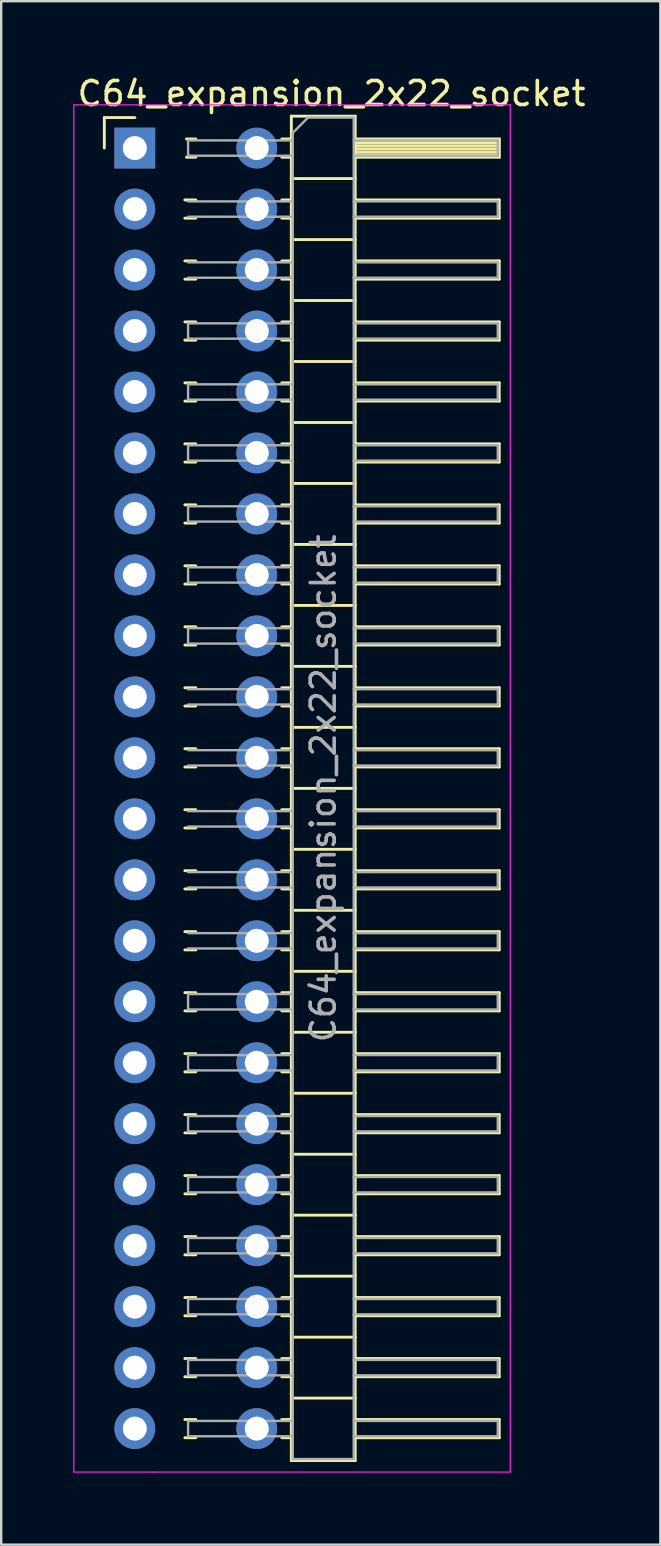
<source format=kicad_pcb>
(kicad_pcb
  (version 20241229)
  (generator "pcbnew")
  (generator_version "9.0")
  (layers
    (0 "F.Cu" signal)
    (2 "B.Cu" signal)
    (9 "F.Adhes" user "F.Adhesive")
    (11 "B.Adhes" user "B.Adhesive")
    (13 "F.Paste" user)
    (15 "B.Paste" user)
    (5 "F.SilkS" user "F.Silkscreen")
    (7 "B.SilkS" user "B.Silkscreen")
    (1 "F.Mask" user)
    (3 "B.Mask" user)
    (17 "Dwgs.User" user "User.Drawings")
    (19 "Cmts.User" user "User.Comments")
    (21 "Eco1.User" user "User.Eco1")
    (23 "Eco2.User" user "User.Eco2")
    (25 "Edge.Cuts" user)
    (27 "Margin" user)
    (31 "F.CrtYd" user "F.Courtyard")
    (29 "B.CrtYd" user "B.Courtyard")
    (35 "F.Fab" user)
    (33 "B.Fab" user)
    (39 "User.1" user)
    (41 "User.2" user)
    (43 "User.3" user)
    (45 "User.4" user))
  (footprint "C64_expansion_2x22_socket"
    (layer "F.Cu")
    (at 5.105 3.118)
    (property "Reference" "C64_expansion_2x22_socket" (at 5.655 -2.27 0) (layer "F.SilkS") (effects (font (size 1 1) (thickness 0.15))))
    (attr through_hole)
    (fp_line (start -3.81 -1.27) (end -2.54 -1.27) (stroke (width 0.12) (type solid)) (layer "F.SilkS"))
    (fp_line (start -3.81 0) (end -3.81 -1.27) (stroke (width 0.12) (type solid)) (layer "F.SilkS"))
    (fp_line (start -0.454 2.16) (end 0 2.16) (stroke (width 0.12) (type solid)) (layer "F.SilkS"))
    (fp_line (start -0.454 2.92) (end 0 2.92) (stroke (width 0.12) (type solid)) (layer "F.SilkS"))
    (fp_line (start -0.454 4.7) (end 0 4.7) (stroke (width 0.12) (type solid)) (layer "F.SilkS"))
    (fp_line (start -0.454 5.46) (end 0 5.46) (stroke (width 0.12) (type solid)) (layer "F.SilkS"))
    (fp_line (start -0.454 7.24) (end 0 7.24) (stroke (width 0.12) (type solid)) (layer "F.SilkS"))
    (fp_line (start -0.454 8) (end 0 8) (stroke (width 0.12) (type solid)) (layer "F.SilkS"))
    (fp_line (start -0.454 9.78) (end 0 9.78) (stroke (width 0.12) (type solid)) (layer "F.SilkS"))
    (fp_line (start -0.454 10.54) (end 0 10.54) (stroke (width 0.12) (type solid)) (layer "F.SilkS"))
    (fp_line (start -0.454 12.32) (end 0 12.32) (stroke (width 0.12) (type solid)) (layer "F.SilkS"))
    (fp_line (start -0.454 13.08) (end 0 13.08) (stroke (width 0.12) (type solid)) (layer "F.SilkS"))
    (fp_line (start -0.454 14.86) (end 0 14.86) (stroke (width 0.12) (type solid)) (layer "F.SilkS"))
    (fp_line (start -0.454 15.62) (end 0 15.62) (stroke (width 0.12) (type solid)) (layer "F.SilkS"))
    (fp_line (start -0.454 17.4) (end 0 17.4) (stroke (width 0.12) (type solid)) (layer "F.SilkS"))
    (fp_line (start -0.454 18.16) (end 0 18.16) (stroke (width 0.12) (type solid)) (layer "F.SilkS"))
    (fp_line (start -0.454 19.94) (end 0 19.94) (stroke (width 0.12) (type solid)) (layer "F.SilkS"))
    (fp_line (start -0.454 20.7) (end 0 20.7) (stroke (width 0.12) (type solid)) (layer "F.SilkS"))
    (fp_line (start -0.454 22.48) (end 0 22.48) (stroke (width 0.12) (type solid)) (layer "F.SilkS"))
    (fp_line (start -0.454 23.24) (end 0 23.24) (stroke (width 0.12) (type solid)) (layer "F.SilkS"))
    (fp_line (start -0.454 25.02) (end 0 25.02) (stroke (width 0.12) (type solid)) (layer "F.SilkS"))
    (fp_line (start -0.454 25.78) (end 0 25.78) (stroke (width 0.12) (type solid)) (layer "F.SilkS"))
    (fp_line (start -0.454 27.56) (end 0 27.56) (stroke (width 0.12) (type solid)) (layer "F.SilkS"))
    (fp_line (start -0.454 28.32) (end 0 28.32) (stroke (width 0.12) (type solid)) (layer "F.SilkS"))
    (fp_line (start -0.454 30.1) (end 0 30.1) (stroke (width 0.12) (type solid)) (layer "F.SilkS"))
    (fp_line (start -0.454 30.86) (end 0 30.86) (stroke (width 0.12) (type solid)) (layer "F.SilkS"))
    (fp_line (start -0.454 32.64) (end 0 32.64) (stroke (width 0.12) (type solid)) (layer "F.SilkS"))
    (fp_line (start -0.454 33.4) (end 0 33.4) (stroke (width 0.12) (type solid)) (layer "F.SilkS"))
    (fp_line (start -0.454 35.18) (end 0 35.18) (stroke (width 0.12) (type solid)) (layer "F.SilkS"))
    (fp_line (start -0.454 35.94) (end 0 35.94) (stroke (width 0.12) (type solid)) (layer "F.SilkS"))
    (fp_line (start -0.454 37.72) (end 0 37.72) (stroke (width 0.12) (type solid)) (layer "F.SilkS"))
    (fp_line (start -0.454 38.48) (end 0 38.48) (stroke (width 0.12) (type solid)) (layer "F.SilkS"))
    (fp_line (start -0.454 40.26) (end 0 40.26) (stroke (width 0.12) (type solid)) (layer "F.SilkS"))
    (fp_line (start -0.454 41.02) (end 0 41.02) (stroke (width 0.12) (type solid)) (layer "F.SilkS"))
    (fp_line (start -0.454 42.8) (end 0 42.8) (stroke (width 0.12) (type solid)) (layer "F.SilkS"))
    (fp_line (start -0.454 43.56) (end 0 43.56) (stroke (width 0.12) (type solid)) (layer "F.SilkS"))
    (fp_line (start -0.454 45.34) (end 0 45.34) (stroke (width 0.12) (type solid)) (layer "F.SilkS"))
    (fp_line (start -0.454 46.1) (end 0 46.1) (stroke (width 0.12) (type solid)) (layer "F.SilkS"))
    (fp_line (start -0.454 47.88) (end 0 47.88) (stroke (width 0.12) (type solid)) (layer "F.SilkS"))
    (fp_line (start -0.454 48.64) (end 0 48.64) (stroke (width 0.12) (type solid)) (layer "F.SilkS"))
    (fp_line (start -0.454 50.42) (end 0 50.42) (stroke (width 0.12) (type solid)) (layer "F.SilkS"))
    (fp_line (start -0.454 51.18) (end 0 51.18) (stroke (width 0.12) (type solid)) (layer "F.SilkS"))
    (fp_line (start -0.454 52.96) (end 0 52.96) (stroke (width 0.12) (type solid)) (layer "F.SilkS"))
    (fp_line (start -0.454 53.72) (end 0 53.72) (stroke (width 0.12) (type solid)) (layer "F.SilkS"))
    (fp_line (start -0.387 -0.38) (end 0 -0.38) (stroke (width 0.12) (type solid)) (layer "F.SilkS"))
    (fp_line (start -0.387 0.38) (end 0 0.38) (stroke (width 0.12) (type solid)) (layer "F.SilkS"))
    (fp_line (start 3.583 -0.38) (end 3.98 -0.38) (stroke (width 0.12) (type solid)) (layer "F.SilkS"))
    (fp_line (start 3.583 0.38) (end 3.98 0.38) (stroke (width 0.12) (type solid)) (layer "F.SilkS"))
    (fp_line (start 3.583 2.16) (end 3.98 2.16) (stroke (width 0.12) (type solid)) (layer "F.SilkS"))
    (fp_line (start 3.583 2.92) (end 3.98 2.92) (stroke (width 0.12) (type solid)) (layer "F.SilkS"))
    (fp_line (start 3.583 4.7) (end 3.98 4.7) (stroke (width 0.12) (type solid)) (layer "F.SilkS"))
    (fp_line (start 3.583 5.46) (end 3.98 5.46) (stroke (width 0.12) (type solid)) (layer "F.SilkS"))
    (fp_line (start 3.583 7.24) (end 3.98 7.24) (stroke (width 0.12) (type solid)) (layer "F.SilkS"))
    (fp_line (start 3.583 8) (end 3.98 8) (stroke (width 0.12) (type solid)) (layer "F.SilkS"))
    (fp_line (start 3.583 9.78) (end 3.98 9.78) (stroke (width 0.12) (type solid)) (layer "F.SilkS"))
    (fp_line (start 3.583 10.54) (end 3.98 10.54) (stroke (width 0.12) (type solid)) (layer "F.SilkS"))
    (fp_line (start 3.583 12.32) (end 3.98 12.32) (stroke (width 0.12) (type solid)) (layer "F.SilkS"))
    (fp_line (start 3.583 13.08) (end 3.98 13.08) (stroke (width 0.12) (type solid)) (layer "F.SilkS"))
    (fp_line (start 3.583 14.86) (end 3.98 14.86) (stroke (width 0.12) (type solid)) (layer "F.SilkS"))
    (fp_line (start 3.583 15.62) (end 3.98 15.62) (stroke (width 0.12) (type solid)) (layer "F.SilkS"))
    (fp_line (start 3.583 17.4) (end 3.98 17.4) (stroke (width 0.12) (type solid)) (layer "F.SilkS"))
    (fp_line (start 3.583 18.16) (end 3.98 18.16) (stroke (width 0.12) (type solid)) (layer "F.SilkS"))
    (fp_line (start 3.583 19.94) (end 3.98 19.94) (stroke (width 0.12) (type solid)) (layer "F.SilkS"))
    (fp_line (start 3.583 20.7) (end 3.98 20.7) (stroke (width 0.12) (type solid)) (layer "F.SilkS"))
    (fp_line (start 3.583 22.48) (end 3.98 22.48) (stroke (width 0.12) (type solid)) (layer "F.SilkS"))
    (fp_line (start 3.583 23.24) (end 3.98 23.24) (stroke (width 0.12) (type solid)) (layer "F.SilkS"))
    (fp_line (start 3.583 25.02) (end 3.98 25.02) (stroke (width 0.12) (type solid)) (layer "F.SilkS"))
    (fp_line (start 3.583 25.78) (end 3.98 25.78) (stroke (width 0.12) (type solid)) (layer "F.SilkS"))
    (fp_line (start 3.583 27.56) (end 3.98 27.56) (stroke (width 0.12) (type solid)) (layer "F.SilkS"))
    (fp_line (start 3.583 28.32) (end 3.98 28.32) (stroke (width 0.12) (type solid)) (layer "F.SilkS"))
    (fp_line (start 3.583 30.1) (end 3.98 30.1) (stroke (width 0.12) (type solid)) (layer "F.SilkS"))
    (fp_line (start 3.583 30.86) (end 3.98 30.86) (stroke (width 0.12) (type solid)) (layer "F.SilkS"))
    (fp_line (start 3.583 32.64) (end 3.98 32.64) (stroke (width 0.12) (type solid)) (layer "F.SilkS"))
    (fp_line (start 3.583 33.4) (end 3.98 33.4) (stroke (width 0.12) (type solid)) (layer "F.SilkS"))
    (fp_line (start 3.583 35.18) (end 3.98 35.18) (stroke (width 0.12) (type solid)) (layer "F.SilkS"))
    (fp_line (start 3.583 35.94) (end 3.98 35.94) (stroke (width 0.12) (type solid)) (layer "F.SilkS"))
    (fp_line (start 3.583 37.72) (end 3.98 37.72) (stroke (width 0.12) (type solid)) (layer "F.SilkS"))
    (fp_line (start 3.583 38.48) (end 3.98 38.48) (stroke (width 0.12) (type solid)) (layer "F.SilkS"))
    (fp_line (start 3.583 40.26) (end 3.98 40.26) (stroke (width 0.12) (type solid)) (layer "F.SilkS"))
    (fp_line (start 3.583 41.02) (end 3.98 41.02) (stroke (width 0.12) (type solid)) (layer "F.SilkS"))
    (fp_line (start 3.583 42.8) (end 3.98 42.8) (stroke (width 0.12) (type solid)) (layer "F.SilkS"))
    (fp_line (start 3.583 43.56) (end 3.98 43.56) (stroke (width 0.12) (type solid)) (layer "F.SilkS"))
    (fp_line (start 3.583 45.34) (end 3.98 45.34) (stroke (width 0.12) (type solid)) (layer "F.SilkS"))
    (fp_line (start 3.583 46.1) (end 3.98 46.1) (stroke (width 0.12) (type solid)) (layer "F.SilkS"))
    (fp_line (start 3.583 47.88) (end 3.98 47.88) (stroke (width 0.12) (type solid)) (layer "F.SilkS"))
    (fp_line (start 3.583 48.64) (end 3.98 48.64) (stroke (width 0.12) (type solid)) (layer "F.SilkS"))
    (fp_line (start 3.583 50.42) (end 3.98 50.42) (stroke (width 0.12) (type solid)) (layer "F.SilkS"))
    (fp_line (start 3.583 51.18) (end 3.98 51.18) (stroke (width 0.12) (type solid)) (layer "F.SilkS"))
    (fp_line (start 3.583 52.96) (end 3.98 52.96) (stroke (width 0.12) (type solid)) (layer "F.SilkS"))
    (fp_line (start 3.583 53.72) (end 3.98 53.72) (stroke (width 0.12) (type solid)) (layer "F.SilkS"))
    (fp_line (start 3.98 -1.33) (end 3.98 54.67) (stroke (width 0.12) (type solid)) (layer "F.SilkS"))
    (fp_line (start 3.98 1.27) (end 6.64 1.27) (stroke (width 0.12) (type solid)) (layer "F.SilkS"))
    (fp_line (start 3.98 3.81) (end 6.64 3.81) (stroke (width 0.12) (type solid)) (layer "F.SilkS"))
    (fp_line (start 3.98 6.35) (end 6.64 6.35) (stroke (width 0.12) (type solid)) (layer "F.SilkS"))
    (fp_line (start 3.98 8.89) (end 6.64 8.89) (stroke (width 0.12) (type solid)) (layer "F.SilkS"))
    (fp_line (start 3.98 11.43) (end 6.64 11.43) (stroke (width 0.12) (type solid)) (layer "F.SilkS"))
    (fp_line (start 3.98 13.97) (end 6.64 13.97) (stroke (width 0.12) (type solid)) (layer "F.SilkS"))
    (fp_line (start 3.98 16.51) (end 6.64 16.51) (stroke (width 0.12) (type solid)) (layer "F.SilkS"))
    (fp_line (start 3.98 19.05) (end 6.64 19.05) (stroke (width 0.12) (type solid)) (layer "F.SilkS"))
    (fp_line (start 3.98 21.59) (end 6.64 21.59) (stroke (width 0.12) (type solid)) (layer "F.SilkS"))
    (fp_line (start 3.98 24.13) (end 6.64 24.13) (stroke (width 0.12) (type solid)) (layer "F.SilkS"))
    (fp_line (start 3.98 26.67) (end 6.64 26.67) (stroke (width 0.12) (type solid)) (layer "F.SilkS"))
    (fp_line (start 3.98 29.21) (end 6.64 29.21) (stroke (width 0.12) (type solid)) (layer "F.SilkS"))
    (fp_line (start 3.98 31.75) (end 6.64 31.75) (stroke (width 0.12) (type solid)) (layer "F.SilkS"))
    (fp_line (start 3.98 34.29) (end 6.64 34.29) (stroke (width 0.12) (type solid)) (layer "F.SilkS"))
    (fp_line (start 3.98 36.83) (end 6.64 36.83) (stroke (width 0.12) (type solid)) (layer "F.SilkS"))
    (fp_line (start 3.98 39.37) (end 6.64 39.37) (stroke (width 0.12) (type solid)) (layer "F.SilkS"))
    (fp_line (start 3.98 41.91) (end 6.64 41.91) (stroke (width 0.12) (type solid)) (layer "F.SilkS"))
    (fp_line (start 3.98 44.45) (end 6.64 44.45) (stroke (width 0.12) (type solid)) (layer "F.SilkS"))
    (fp_line (start 3.98 46.99) (end 6.64 46.99) (stroke (width 0.12) (type solid)) (layer "F.SilkS"))
    (fp_line (start 3.98 49.53) (end 6.64 49.53) (stroke (width 0.12) (type solid)) (layer "F.SilkS"))
    (fp_line (start 3.98 52.07) (end 6.64 52.07) (stroke (width 0.12) (type solid)) (layer "F.SilkS"))
    (fp_line (start 3.98 54.67) (end 6.64 54.67) (stroke (width 0.12) (type solid)) (layer "F.SilkS"))
    (fp_line (start 6.64 -1.33) (end 3.98 -1.33) (stroke (width 0.12) (type solid)) (layer "F.SilkS"))
    (fp_line (start 6.64 -0.38) (end 12.64 -0.38) (stroke (width 0.12) (type solid)) (layer "F.SilkS"))
    (fp_line (start 6.64 -0.32) (end 12.64 -0.32) (stroke (width 0.12) (type solid)) (layer "F.SilkS"))
    (fp_line (start 6.64 -0.2) (end 12.64 -0.2) (stroke (width 0.12) (type solid)) (layer "F.SilkS"))
    (fp_line (start 6.64 -0.08) (end 12.64 -0.08) (stroke (width 0.12) (type solid)) (layer "F.SilkS"))
    (fp_line (start 6.64 0.04) (end 12.64 0.04) (stroke (width 0.12) (type solid)) (layer "F.SilkS"))
    (fp_line (start 6.64 0.16) (end 12.64 0.16) (stroke (width 0.12) (type solid)) (layer "F.SilkS"))
    (fp_line (start 6.64 0.28) (end 12.64 0.28) (stroke (width 0.12) (type solid)) (layer "F.SilkS"))
    (fp_line (start 6.64 2.16) (end 12.64 2.16) (stroke (width 0.12) (type solid)) (layer "F.SilkS"))
    (fp_line (start 6.64 4.7) (end 12.64 4.7) (stroke (width 0.12) (type solid)) (layer "F.SilkS"))
    (fp_line (start 6.64 7.24) (end 12.64 7.24) (stroke (width 0.12) (type solid)) (layer "F.SilkS"))
    (fp_line (start 6.64 9.78) (end 12.64 9.78) (stroke (width 0.12) (type solid)) (layer "F.SilkS"))
    (fp_line (start 6.64 12.32) (end 12.64 12.32) (stroke (width 0.12) (type solid)) (layer "F.SilkS"))
    (fp_line (start 6.64 14.86) (end 12.64 14.86) (stroke (width 0.12) (type solid)) (layer "F.SilkS"))
    (fp_line (start 6.64 17.4) (end 12.64 17.4) (stroke (width 0.12) (type solid)) (layer "F.SilkS"))
    (fp_line (start 6.64 19.94) (end 12.64 19.94) (stroke (width 0.12) (type solid)) (layer "F.SilkS"))
    (fp_line (start 6.64 22.48) (end 12.64 22.48) (stroke (width 0.12) (type solid)) (layer "F.SilkS"))
    (fp_line (start 6.64 25.02) (end 12.64 25.02) (stroke (width 0.12) (type solid)) (layer "F.SilkS"))
    (fp_line (start 6.64 27.56) (end 12.64 27.56) (stroke (width 0.12) (type solid)) (layer "F.SilkS"))
    (fp_line (start 6.64 30.1) (end 12.64 30.1) (stroke (width 0.12) (type solid)) (layer "F.SilkS"))
    (fp_line (start 6.64 32.64) (end 12.64 32.64) (stroke (width 0.12) (type solid)) (layer "F.SilkS"))
    (fp_line (start 6.64 35.18) (end 12.64 35.18) (stroke (width 0.12) (type solid)) (layer "F.SilkS"))
    (fp_line (start 6.64 37.72) (end 12.64 37.72) (stroke (width 0.12) (type solid)) (layer "F.SilkS"))
    (fp_line (start 6.64 40.26) (end 12.64 40.26) (stroke (width 0.12) (type solid)) (layer "F.SilkS"))
    (fp_line (start 6.64 42.8) (end 12.64 42.8) (stroke (width 0.12) (type solid)) (layer "F.SilkS"))
    (fp_line (start 6.64 45.34) (end 12.64 45.34) (stroke (width 0.12) (type solid)) (layer "F.SilkS"))
    (fp_line (start 6.64 47.88) (end 12.64 47.88) (stroke (width 0.12) (type solid)) (layer "F.SilkS"))
    (fp_line (start 6.64 50.42) (end 12.64 50.42) (stroke (width 0.12) (type solid)) (layer "F.SilkS"))
    (fp_line (start 6.64 52.96) (end 12.64 52.96) (stroke (width 0.12) (type solid)) (layer "F.SilkS"))
    (fp_line (start 6.64 54.67) (end 6.64 -1.33) (stroke (width 0.12) (type solid)) (layer "F.SilkS"))
    (fp_line (start 12.64 -0.38) (end 12.64 0.38) (stroke (width 0.12) (type solid)) (layer "F.SilkS"))
    (fp_line (start 12.64 0.38) (end 6.64 0.38) (stroke (width 0.12) (type solid)) (layer "F.SilkS"))
    (fp_line (start 12.64 2.16) (end 12.64 2.92) (stroke (width 0.12) (type solid)) (layer "F.SilkS"))
    (fp_line (start 12.64 2.92) (end 6.64 2.92) (stroke (width 0.12) (type solid)) (layer "F.SilkS"))
    (fp_line (start 12.64 4.7) (end 12.64 5.46) (stroke (width 0.12) (type solid)) (layer "F.SilkS"))
    (fp_line (start 12.64 5.46) (end 6.64 5.46) (stroke (width 0.12) (type solid)) (layer "F.SilkS"))
    (fp_line (start 12.64 7.24) (end 12.64 8) (stroke (width 0.12) (type solid)) (layer "F.SilkS"))
    (fp_line (start 12.64 8) (end 6.64 8) (stroke (width 0.12) (type solid)) (layer "F.SilkS"))
    (fp_line (start 12.64 9.78) (end 12.64 10.54) (stroke (width 0.12) (type solid)) (layer "F.SilkS"))
    (fp_line (start 12.64 10.54) (end 6.64 10.54) (stroke (width 0.12) (type solid)) (layer "F.SilkS"))
    (fp_line (start 12.64 12.32) (end 12.64 13.08) (stroke (width 0.12) (type solid)) (layer "F.SilkS"))
    (fp_line (start 12.64 13.08) (end 6.64 13.08) (stroke (width 0.12) (type solid)) (layer "F.SilkS"))
    (fp_line (start 12.64 14.86) (end 12.64 15.62) (stroke (width 0.12) (type solid)) (layer "F.SilkS"))
    (fp_line (start 12.64 15.62) (end 6.64 15.62) (stroke (width 0.12) (type solid)) (layer "F.SilkS"))
    (fp_line (start 12.64 17.4) (end 12.64 18.16) (stroke (width 0.12) (type solid)) (layer "F.SilkS"))
    (fp_line (start 12.64 18.16) (end 6.64 18.16) (stroke (width 0.12) (type solid)) (layer "F.SilkS"))
    (fp_line (start 12.64 19.94) (end 12.64 20.7) (stroke (width 0.12) (type solid)) (layer "F.SilkS"))
    (fp_line (start 12.64 20.7) (end 6.64 20.7) (stroke (width 0.12) (type solid)) (layer "F.SilkS"))
    (fp_line (start 12.64 22.48) (end 12.64 23.24) (stroke (width 0.12) (type solid)) (layer "F.SilkS"))
    (fp_line (start 12.64 23.24) (end 6.64 23.24) (stroke (width 0.12) (type solid)) (layer "F.SilkS"))
    (fp_line (start 12.64 25.02) (end 12.64 25.78) (stroke (width 0.12) (type solid)) (layer "F.SilkS"))
    (fp_line (start 12.64 25.78) (end 6.64 25.78) (stroke (width 0.12) (type solid)) (layer "F.SilkS"))
    (fp_line (start 12.64 27.56) (end 12.64 28.32) (stroke (width 0.12) (type solid)) (layer "F.SilkS"))
    (fp_line (start 12.64 28.32) (end 6.64 28.32) (stroke (width 0.12) (type solid)) (layer "F.SilkS"))
    (fp_line (start 12.64 30.1) (end 12.64 30.86) (stroke (width 0.12) (type solid)) (layer "F.SilkS"))
    (fp_line (start 12.64 30.86) (end 6.64 30.86) (stroke (width 0.12) (type solid)) (layer "F.SilkS"))
    (fp_line (start 12.64 32.64) (end 12.64 33.4) (stroke (width 0.12) (type solid)) (layer "F.SilkS"))
    (fp_line (start 12.64 33.4) (end 6.64 33.4) (stroke (width 0.12) (type solid)) (layer "F.SilkS"))
    (fp_line (start 12.64 35.18) (end 12.64 35.94) (stroke (width 0.12) (type solid)) (layer "F.SilkS"))
    (fp_line (start 12.64 35.94) (end 6.64 35.94) (stroke (width 0.12) (type solid)) (layer "F.SilkS"))
    (fp_line (start 12.64 37.72) (end 12.64 38.48) (stroke (width 0.12) (type solid)) (layer "F.SilkS"))
    (fp_line (start 12.64 38.48) (end 6.64 38.48) (stroke (width 0.12) (type solid)) (layer "F.SilkS"))
    (fp_line (start 12.64 40.26) (end 12.64 41.02) (stroke (width 0.12) (type solid)) (layer "F.SilkS"))
    (fp_line (start 12.64 41.02) (end 6.64 41.02) (stroke (width 0.12) (type solid)) (layer "F.SilkS"))
    (fp_line (start 12.64 42.8) (end 12.64 43.56) (stroke (width 0.12) (type solid)) (layer "F.SilkS"))
    (fp_line (start 12.64 43.56) (end 6.64 43.56) (stroke (width 0.12) (type solid)) (layer "F.SilkS"))
    (fp_line (start 12.64 45.34) (end 12.64 46.1) (stroke (width 0.12) (type solid)) (layer "F.SilkS"))
    (fp_line (start 12.64 46.1) (end 6.64 46.1) (stroke (width 0.12) (type solid)) (layer "F.SilkS"))
    (fp_line (start 12.64 47.88) (end 12.64 48.64) (stroke (width 0.12) (type solid)) (layer "F.SilkS"))
    (fp_line (start 12.64 48.64) (end 6.64 48.64) (stroke (width 0.12) (type solid)) (layer "F.SilkS"))
    (fp_line (start 12.64 50.42) (end 12.64 51.18) (stroke (width 0.12) (type solid)) (layer "F.SilkS"))
    (fp_line (start 12.64 51.18) (end 6.64 51.18) (stroke (width 0.12) (type solid)) (layer "F.SilkS"))
    (fp_line (start 12.64 52.96) (end 12.64 53.72) (stroke (width 0.12) (type solid)) (layer "F.SilkS"))
    (fp_line (start 12.64 53.72) (end 6.64 53.72) (stroke (width 0.12) (type solid)) (layer "F.SilkS"))
    (fp_line (start -5.08 -1.8) (end -5.08 55.15) (stroke (width 0.05) (type solid)) (layer "F.CrtYd"))
    (fp_line (start -1.8 -1.8) (end -5.08 -1.8) (stroke (width 0.05) (type solid)) (layer "F.CrtYd"))
    (fp_line (start -1.8 55.15) (end -5.08 55.15) (stroke (width 0.05) (type solid)) (layer "F.CrtYd"))
    (fp_line (start -1.8 55.15) (end 13.1 55.15) (stroke (width 0.05) (type solid)) (layer "F.CrtYd"))
    (fp_line (start 13.1 -1.8) (end -1.8 -1.8) (stroke (width 0.05) (type solid)) (layer "F.CrtYd"))
    (fp_line (start 13.1 55.15) (end 13.1 -1.8) (stroke (width 0.05) (type solid)) (layer "F.CrtYd"))
    (fp_line (start -2.86 2.22) (end -2.86 2.86) (stroke (width 0.1) (type solid)) (layer "F.Fab"))
    (fp_line (start -2.86 4.76) (end -2.86 5.4) (stroke (width 0.1) (type solid)) (layer "F.Fab"))
    (fp_line (start -2.86 22.54) (end -2.86 23.18) (stroke (width 0.1) (type solid)) (layer "F.Fab"))
    (fp_line (start -2.86 25.08) (end -2.86 25.72) (stroke (width 0.1) (type solid)) (layer "F.Fab"))
    (fp_line (start -2.86 27.62) (end -2.86 28.26) (stroke (width 0.1) (type solid)) (layer "F.Fab"))
    (fp_line (start -2.86 30.16) (end -2.86 30.8) (stroke (width 0.1) (type solid)) (layer "F.Fab"))
    (fp_line (start -2.86 32.7) (end -2.86 33.34) (stroke (width 0.1) (type solid)) (layer "F.Fab"))
    (fp_line (start -0.32 -0.32) (end -0.32 0.32) (stroke (width 0.1) (type solid)) (layer "F.Fab"))
    (fp_line (start -0.32 -0.32) (end 4.04 -0.32) (stroke (width 0.1) (type solid)) (layer "F.Fab"))
    (fp_line (start -0.32 0.32) (end 4.04 0.32) (stroke (width 0.1) (type solid)) (layer "F.Fab"))
    (fp_line (start -0.32 2.22) (end 4.04 2.22) (stroke (width 0.1) (type solid)) (layer "F.Fab"))
    (fp_line (start -0.32 2.86) (end 4.04 2.86) (stroke (width 0.1) (type solid)) (layer "F.Fab"))
    (fp_line (start -0.32 4.76) (end 4.04 4.76) (stroke (width 0.1) (type solid)) (layer "F.Fab"))
    (fp_line (start -0.32 5.4) (end 4.04 5.4) (stroke (width 0.1) (type solid)) (layer "F.Fab"))
    (fp_line (start -0.32 7.3) (end -0.32 7.94) (stroke (width 0.1) (type solid)) (layer "F.Fab"))
    (fp_line (start -0.32 7.3) (end 4.04 7.3) (stroke (width 0.1) (type solid)) (layer "F.Fab"))
    (fp_line (start -0.32 7.94) (end 4.04 7.94) (stroke (width 0.1) (type solid)) (layer "F.Fab"))
    (fp_line (start -0.32 9.84) (end -0.32 10.48) (stroke (width 0.1) (type solid)) (layer "F.Fab"))
    (fp_line (start -0.32 9.84) (end 4.04 9.84) (stroke (width 0.1) (type solid)) (layer "F.Fab"))
    (fp_line (start -0.32 10.48) (end 4.04 10.48) (stroke (width 0.1) (type solid)) (layer "F.Fab"))
    (fp_line (start -0.32 12.38) (end -0.32 13.02) (stroke (width 0.1) (type solid)) (layer "F.Fab"))
    (fp_line (start -0.32 12.38) (end 4.04 12.38) (stroke (width 0.1) (type solid)) (layer "F.Fab"))
    (fp_line (start -0.32 13.02) (end 4.04 13.02) (stroke (width 0.1) (type solid)) (layer "F.Fab"))
    (fp_line (start -0.32 14.92) (end -0.32 15.56) (stroke (width 0.1) (type solid)) (layer "F.Fab"))
    (fp_line (start -0.32 14.92) (end 4.04 14.92) (stroke (width 0.1) (type solid)) (layer "F.Fab"))
    (fp_line (start -0.32 15.56) (end 4.04 15.56) (stroke (width 0.1) (type solid)) (layer "F.Fab"))
    (fp_line (start -0.32 17.46) (end -0.32 18.1) (stroke (width 0.1) (type solid)) (layer "F.Fab"))
    (fp_line (start -0.32 17.46) (end 4.04 17.46) (stroke (width 0.1) (type solid)) (layer "F.Fab"))
    (fp_line (start -0.32 18.1) (end 4.04 18.1) (stroke (width 0.1) (type solid)) (layer "F.Fab"))
    (fp_line (start -0.32 20) (end -0.32 20.64) (stroke (width 0.1) (type solid)) (layer "F.Fab"))
    (fp_line (start -0.32 20) (end 4.04 20) (stroke (width 0.1) (type solid)) (layer "F.Fab"))
    (fp_line (start -0.32 20.64) (end 4.04 20.64) (stroke (width 0.1) (type solid)) (layer "F.Fab"))
    (fp_line (start -0.32 22.54) (end 4.04 22.54) (stroke (width 0.1) (type solid)) (layer "F.Fab"))
    (fp_line (start -0.32 23.18) (end 4.04 23.18) (stroke (width 0.1) (type solid)) (layer "F.Fab"))
    (fp_line (start -0.32 25.08) (end 4.04 25.08) (stroke (width 0.1) (type solid)) (layer "F.Fab"))
    (fp_line (start -0.32 25.72) (end 4.04 25.72) (stroke (width 0.1) (type solid)) (layer "F.Fab"))
    (fp_line (start -0.32 27.62) (end 4.04 27.62) (stroke (width 0.1) (type solid)) (layer "F.Fab"))
    (fp_line (start -0.32 28.26) (end 4.04 28.26) (stroke (width 0.1) (type solid)) (layer "F.Fab"))
    (fp_line (start -0.32 30.16) (end 4.04 30.16) (stroke (width 0.1) (type solid)) (layer "F.Fab"))
    (fp_line (start -0.32 30.8) (end 4.04 30.8) (stroke (width 0.1) (type solid)) (layer "F.Fab"))
    (fp_line (start -0.32 32.7) (end 4.04 32.7) (stroke (width 0.1) (type solid)) (layer "F.Fab"))
    (fp_line (start -0.32 33.34) (end 4.04 33.34) (stroke (width 0.1) (type solid)) (layer "F.Fab"))
    (fp_line (start -0.32 35.24) (end -0.32 35.88) (stroke (width 0.1) (type solid)) (layer "F.Fab"))
    (fp_line (start -0.32 35.24) (end 4.04 35.24) (stroke (width 0.1) (type solid)) (layer "F.Fab"))
    (fp_line (start -0.32 35.88) (end 4.04 35.88) (stroke (width 0.1) (type solid)) (layer "F.Fab"))
    (fp_line (start -0.32 37.78) (end -0.32 38.42) (stroke (width 0.1) (type solid)) (layer "F.Fab"))
    (fp_line (start -0.32 37.78) (end 4.04 37.78) (stroke (width 0.1) (type solid)) (layer "F.Fab"))
    (fp_line (start -0.32 38.42) (end 4.04 38.42) (stroke (width 0.1) (type solid)) (layer "F.Fab"))
    (fp_line (start -0.32 40.32) (end -0.32 40.96) (stroke (width 0.1) (type solid)) (layer "F.Fab"))
    (fp_line (start -0.32 40.32) (end 4.04 40.32) (stroke (width 0.1) (type solid)) (layer "F.Fab"))
    (fp_line (start -0.32 40.96) (end 4.04 40.96) (stroke (width 0.1) (type solid)) (layer "F.Fab"))
    (fp_line (start -0.32 42.86) (end -0.32 43.5) (stroke (width 0.1) (type solid)) (layer "F.Fab"))
    (fp_line (start -0.32 42.86) (end 4.04 42.86) (stroke (width 0.1) (type solid)) (layer "F.Fab"))
    (fp_line (start -0.32 43.5) (end 4.04 43.5) (stroke (width 0.1) (type solid)) (layer "F.Fab"))
    (fp_line (start -0.32 45.4) (end -0.32 46.04) (stroke (width 0.1) (type solid)) (layer "F.Fab"))
    (fp_line (start -0.32 45.4) (end 4.04 45.4) (stroke (width 0.1) (type solid)) (layer "F.Fab"))
    (fp_line (start -0.32 46.04) (end 4.04 46.04) (stroke (width 0.1) (type solid)) (layer "F.Fab"))
    (fp_line (start -0.32 47.94) (end -0.32 48.58) (stroke (width 0.1) (type solid)) (layer "F.Fab"))
    (fp_line (start -0.32 47.94) (end 4.04 47.94) (stroke (width 0.1) (type solid)) (layer "F.Fab"))
    (fp_line (start -0.32 48.58) (end 4.04 48.58) (stroke (width 0.1) (type solid)) (layer "F.Fab"))
    (fp_line (start -0.32 50.48) (end -0.32 51.12) (stroke (width 0.1) (type solid)) (layer "F.Fab"))
    (fp_line (start -0.32 50.48) (end 4.04 50.48) (stroke (width 0.1) (type solid)) (layer "F.Fab"))
    (fp_line (start -0.32 51.12) (end 4.04 51.12) (stroke (width 0.1) (type solid)) (layer "F.Fab"))
    (fp_line (start -0.32 53.02) (end -0.32 53.66) (stroke (width 0.1) (type solid)) (layer "F.Fab"))
    (fp_line (start -0.32 53.02) (end 4.04 53.02) (stroke (width 0.1) (type solid)) (layer "F.Fab"))
    (fp_line (start -0.32 53.66) (end 4.04 53.66) (stroke (width 0.1) (type solid)) (layer "F.Fab"))
    (fp_line (start 4.04 -0.635) (end 4.675 -1.27) (stroke (width 0.1) (type solid)) (layer "F.Fab"))
    (fp_line (start 4.04 54.61) (end 4.04 -0.635) (stroke (width 0.1) (type solid)) (layer "F.Fab"))
    (fp_line (start 4.675 -1.27) (end 6.58 -1.27) (stroke (width 0.1) (type solid)) (layer "F.Fab"))
    (fp_line (start 6.58 -1.27) (end 6.58 54.61) (stroke (width 0.1) (type solid)) (layer "F.Fab"))
    (fp_line (start 6.58 -0.32) (end 12.58 -0.32) (stroke (width 0.1) (type solid)) (layer "F.Fab"))
    (fp_line (start 6.58 0.32) (end 12.58 0.32) (stroke (width 0.1) (type solid)) (layer "F.Fab"))
    (fp_line (start 6.58 2.22) (end 12.58 2.22) (stroke (width 0.1) (type solid)) (layer "F.Fab"))
    (fp_line (start 6.58 2.86) (end 12.58 2.86) (stroke (width 0.1) (type solid)) (layer "F.Fab"))
    (fp_line (start 6.58 4.76) (end 12.58 4.76) (stroke (width 0.1) (type solid)) (layer "F.Fab"))
    (fp_line (start 6.58 5.4) (end 12.58 5.4) (stroke (width 0.1) (type solid)) (layer "F.Fab"))
    (fp_line (start 6.58 7.3) (end 12.58 7.3) (stroke (width 0.1) (type solid)) (layer "F.Fab"))
    (fp_line (start 6.58 7.94) (end 12.58 7.94) (stroke (width 0.1) (type solid)) (layer "F.Fab"))
    (fp_line (start 6.58 9.84) (end 12.58 9.84) (stroke (width 0.1) (type solid)) (layer "F.Fab"))
    (fp_line (start 6.58 10.48) (end 12.58 10.48) (stroke (width 0.1) (type solid)) (layer "F.Fab"))
    (fp_line (start 6.58 12.38) (end 12.58 12.38) (stroke (width 0.1) (type solid)) (layer "F.Fab"))
    (fp_line (start 6.58 13.02) (end 12.58 13.02) (stroke (width 0.1) (type solid)) (layer "F.Fab"))
    (fp_line (start 6.58 14.92) (end 12.58 14.92) (stroke (width 0.1) (type solid)) (layer "F.Fab"))
    (fp_line (start 6.58 15.56) (end 12.58 15.56) (stroke (width 0.1) (type solid)) (layer "F.Fab"))
    (fp_line (start 6.58 17.46) (end 12.58 17.46) (stroke (width 0.1) (type solid)) (layer "F.Fab"))
    (fp_line (start 6.58 18.1) (end 12.58 18.1) (stroke (width 0.1) (type solid)) (layer "F.Fab"))
    (fp_line (start 6.58 20) (end 12.58 20) (stroke (width 0.1) (type solid)) (layer "F.Fab"))
    (fp_line (start 6.58 20.64) (end 12.58 20.64) (stroke (width 0.1) (type solid)) (layer "F.Fab"))
    (fp_line (start 6.58 22.54) (end 12.58 22.54) (stroke (width 0.1) (type solid)) (layer "F.Fab"))
    (fp_line (start 6.58 23.18) (end 12.58 23.18) (stroke (width 0.1) (type solid)) (layer "F.Fab"))
    (fp_line (start 6.58 25.08) (end 12.58 25.08) (stroke (width 0.1) (type solid)) (layer "F.Fab"))
    (fp_line (start 6.58 25.72) (end 12.58 25.72) (stroke (width 0.1) (type solid)) (layer "F.Fab"))
    (fp_line (start 6.58 27.62) (end 12.58 27.62) (stroke (width 0.1) (type solid)) (layer "F.Fab"))
    (fp_line (start 6.58 28.26) (end 12.58 28.26) (stroke (width 0.1) (type solid)) (layer "F.Fab"))
    (fp_line (start 6.58 30.16) (end 12.58 30.16) (stroke (width 0.1) (type solid)) (layer "F.Fab"))
    (fp_line (start 6.58 30.8) (end 12.58 30.8) (stroke (width 0.1) (type solid)) (layer "F.Fab"))
    (fp_line (start 6.58 32.7) (end 12.58 32.7) (stroke (width 0.1) (type solid)) (layer "F.Fab"))
    (fp_line (start 6.58 33.34) (end 12.58 33.34) (stroke (width 0.1) (type solid)) (layer "F.Fab"))
    (fp_line (start 6.58 35.24) (end 12.58 35.24) (stroke (width 0.1) (type solid)) (layer "F.Fab"))
    (fp_line (start 6.58 35.88) (end 12.58 35.88) (stroke (width 0.1) (type solid)) (layer "F.Fab"))
    (fp_line (start 6.58 37.78) (end 12.58 37.78) (stroke (width 0.1) (type solid)) (layer "F.Fab"))
    (fp_line (start 6.58 38.42) (end 12.58 38.42) (stroke (width 0.1) (type solid)) (layer "F.Fab"))
    (fp_line (start 6.58 40.32) (end 12.58 40.32) (stroke (width 0.1) (type solid)) (layer "F.Fab"))
    (fp_line (start 6.58 40.96) (end 12.58 40.96) (stroke (width 0.1) (type solid)) (layer "F.Fab"))
    (fp_line (start 6.58 42.86) (end 12.58 42.86) (stroke (width 0.1) (type solid)) (layer "F.Fab"))
    (fp_line (start 6.58 43.5) (end 12.58 43.5) (stroke (width 0.1) (type solid)) (layer "F.Fab"))
    (fp_line (start 6.58 45.4) (end 12.58 45.4) (stroke (width 0.1) (type solid)) (layer "F.Fab"))
    (fp_line (start 6.58 46.04) (end 12.58 46.04) (stroke (width 0.1) (type solid)) (layer "F.Fab"))
    (fp_line (start 6.58 47.94) (end 12.58 47.94) (stroke (width 0.1) (type solid)) (layer "F.Fab"))
    (fp_line (start 6.58 48.58) (end 12.58 48.58) (stroke (width 0.1) (type solid)) (layer "F.Fab"))
    (fp_line (start 6.58 50.48) (end 12.58 50.48) (stroke (width 0.1) (type solid)) (layer "F.Fab"))
    (fp_line (start 6.58 51.12) (end 12.58 51.12) (stroke (width 0.1) (type solid)) (layer "F.Fab"))
    (fp_line (start 6.58 53.02) (end 12.58 53.02) (stroke (width 0.1) (type solid)) (layer "F.Fab"))
    (fp_line (start 6.58 53.66) (end 12.58 53.66) (stroke (width 0.1) (type solid)) (layer "F.Fab"))
    (fp_line (start 6.58 54.61) (end 4.04 54.61) (stroke (width 0.1) (type solid)) (layer "F.Fab"))
    (fp_line (start 12.58 -0.32) (end 12.58 0.32) (stroke (width 0.1) (type solid)) (layer "F.Fab"))
    (fp_line (start 12.58 2.22) (end 12.58 2.86) (stroke (width 0.1) (type solid)) (layer "F.Fab"))
    (fp_line (start 12.58 4.76) (end 12.58 5.4) (stroke (width 0.1) (type solid)) (layer "F.Fab"))
    (fp_line (start 12.58 7.3) (end 12.58 7.94) (stroke (width 0.1) (type solid)) (layer "F.Fab"))
    (fp_line (start 12.58 9.84) (end 12.58 10.48) (stroke (width 0.1) (type solid)) (layer "F.Fab"))
    (fp_line (start 12.58 12.38) (end 12.58 13.02) (stroke (width 0.1) (type solid)) (layer "F.Fab"))
    (fp_line (start 12.58 14.92) (end 12.58 15.56) (stroke (width 0.1) (type solid)) (layer "F.Fab"))
    (fp_line (start 12.58 17.46) (end 12.58 18.1) (stroke (width 0.1) (type solid)) (layer "F.Fab"))
    (fp_line (start 12.58 20) (end 12.58 20.64) (stroke (width 0.1) (type solid)) (layer "F.Fab"))
    (fp_line (start 12.58 22.54) (end 12.58 23.18) (stroke (width 0.1) (type solid)) (layer "F.Fab"))
    (fp_line (start 12.58 25.08) (end 12.58 25.72) (stroke (width 0.1) (type solid)) (layer "F.Fab"))
    (fp_line (start 12.58 27.62) (end 12.58 28.26) (stroke (width 0.1) (type solid)) (layer "F.Fab"))
    (fp_line (start 12.58 30.16) (end 12.58 30.8) (stroke (width 0.1) (type solid)) (layer "F.Fab"))
    (fp_line (start 12.58 32.7) (end 12.58 33.34) (stroke (width 0.1) (type solid)) (layer "F.Fab"))
    (fp_line (start 12.58 35.24) (end 12.58 35.88) (stroke (width 0.1) (type solid)) (layer "F.Fab"))
    (fp_line (start 12.58 37.78) (end 12.58 38.42) (stroke (width 0.1) (type solid)) (layer "F.Fab"))
    (fp_line (start 12.58 40.32) (end 12.58 40.96) (stroke (width 0.1) (type solid)) (layer "F.Fab"))
    (fp_line (start 12.58 42.86) (end 12.58 43.5) (stroke (width 0.1) (type solid)) (layer "F.Fab"))
    (fp_line (start 12.58 45.4) (end 12.58 46.04) (stroke (width 0.1) (type solid)) (layer "F.Fab"))
    (fp_line (start 12.58 47.94) (end 12.58 48.58) (stroke (width 0.1) (type solid)) (layer "F.Fab"))
    (fp_line (start 12.58 50.48) (end 12.58 51.12) (stroke (width 0.1) (type solid)) (layer "F.Fab"))
    (fp_line (start 12.58 53.02) (end 12.58 53.66) (stroke (width 0.1) (type solid)) (layer "F.Fab"))
    (fp_text user "${REFERENCE}" (at 5.31 26.67 90) (layer "F.Fab") (effects (font (size 1 1) (thickness 0.15))))
    (pad "1" thru_hole rect (at -2.54 0) (size 1.7 1.7) (drill 1) (layers "*.Cu" "*.Mask"))
    (pad "2" thru_hole oval (at 2.54 0) (size 1.7 1.7) (drill 1) (layers "*.Cu" "*.Mask"))
    (pad "3" thru_hole oval (at -2.54 2.54) (size 1.7 1.7) (drill 1) (layers "*.Cu" "*.Mask"))
    (pad "4" thru_hole oval (at 2.54 2.54) (size 1.7 1.7) (drill 1) (layers "*.Cu" "*.Mask"))
    (pad "5" thru_hole oval (at -2.54 5.08) (size 1.7 1.7) (drill 1) (layers "*.Cu" "*.Mask"))
    (pad "6" thru_hole oval (at 2.54 5.08) (size 1.7 1.7) (drill 1) (layers "*.Cu" "*.Mask"))
    (pad "7" thru_hole oval (at -2.54 7.62) (size 1.7 1.7) (drill 1) (layers "*.Cu" "*.Mask"))
    (pad "8" thru_hole oval (at 2.54 7.62) (size 1.7 1.7) (drill 1) (layers "*.Cu" "*.Mask"))
    (pad "9" thru_hole oval (at -2.54 10.16) (size 1.7 1.7) (drill 1) (layers "*.Cu" "*.Mask"))
    (pad "10" thru_hole oval (at 2.54 10.16) (size 1.7 1.7) (drill 1) (layers "*.Cu" "*.Mask"))
    (pad "11" thru_hole oval (at -2.54 12.7) (size 1.7 1.7) (drill 1) (layers "*.Cu" "*.Mask"))
    (pad "12" thru_hole oval (at 2.54 12.7) (size 1.7 1.7) (drill 1) (layers "*.Cu" "*.Mask"))
    (pad "13" thru_hole oval (at -2.54 15.24) (size 1.7 1.7) (drill 1) (layers "*.Cu" "*.Mask"))
    (pad "14" thru_hole oval (at 2.54 15.24) (size 1.7 1.7) (drill 1) (layers "*.Cu" "*.Mask"))
    (pad "15" thru_hole oval (at -2.54 17.78) (size 1.7 1.7) (drill 1) (layers "*.Cu" "*.Mask"))
    (pad "16" thru_hole oval (at 2.54 17.78) (size 1.7 1.7) (drill 1) (layers "*.Cu" "*.Mask"))
    (pad "17" thru_hole oval (at -2.54 20.32) (size 1.7 1.7) (drill 1) (layers "*.Cu" "*.Mask"))
    (pad "18" thru_hole oval (at 2.54 20.32) (size 1.7 1.7) (drill 1) (layers "*.Cu" "*.Mask"))
    (pad "19" thru_hole oval (at -2.54 22.86) (size 1.7 1.7) (drill 1) (layers "*.Cu" "*.Mask"))
    (pad "20" thru_hole oval (at 2.54 22.86) (size 1.7 1.7) (drill 1) (layers "*.Cu" "*.Mask"))
    (pad "21" thru_hole oval (at -2.54 25.4) (size 1.7 1.7) (drill 1) (layers "*.Cu" "*.Mask"))
    (pad "22" thru_hole oval (at 2.54 25.4) (size 1.7 1.7) (drill 1) (layers "*.Cu" "*.Mask"))
    (pad "23" thru_hole oval (at -2.54 27.94) (size 1.7 1.7) (drill 1) (layers "*.Cu" "*.Mask"))
    (pad "24" thru_hole oval (at 2.54 27.94) (size 1.7 1.7) (drill 1) (layers "*.Cu" "*.Mask"))
    (pad "25" thru_hole oval (at -2.54 30.48) (size 1.7 1.7) (drill 1) (layers "*.Cu" "*.Mask"))
    (pad "26" thru_hole oval (at 2.54 30.48) (size 1.7 1.7) (drill 1) (layers "*.Cu" "*.Mask"))
    (pad "27" thru_hole oval (at -2.54 33.02) (size 1.7 1.7) (drill 1) (layers "*.Cu" "*.Mask"))
    (pad "28" thru_hole oval (at 2.54 33.02) (size 1.7 1.7) (drill 1) (layers "*.Cu" "*.Mask"))
    (pad "29" thru_hole oval (at -2.54 35.56) (size 1.7 1.7) (drill 1) (layers "*.Cu" "*.Mask"))
    (pad "30" thru_hole oval (at 2.54 35.56) (size 1.7 1.7) (drill 1) (layers "*.Cu" "*.Mask"))
    (pad "31" thru_hole oval (at -2.54 38.1) (size 1.7 1.7) (drill 1) (layers "*.Cu" "*.Mask"))
    (pad "32" thru_hole oval (at 2.54 38.1) (size 1.7 1.7) (drill 1) (layers "*.Cu" "*.Mask"))
    (pad "33" thru_hole oval (at -2.54 40.64) (size 1.7 1.7) (drill 1) (layers "*.Cu" "*.Mask"))
    (pad "34" thru_hole oval (at 2.54 40.64) (size 1.7 1.7) (drill 1) (layers "*.Cu" "*.Mask"))
    (pad "35" thru_hole oval (at -2.54 43.18) (size 1.7 1.7) (drill 1) (layers "*.Cu" "*.Mask"))
    (pad "36" thru_hole oval (at 2.54 43.18) (size 1.7 1.7) (drill 1) (layers "*.Cu" "*.Mask"))
    (pad "37" thru_hole oval (at -2.54 45.72) (size 1.7 1.7) (drill 1) (layers "*.Cu" "*.Mask"))
    (pad "38" thru_hole oval (at 2.54 45.72) (size 1.7 1.7) (drill 1) (layers "*.Cu" "*.Mask"))
    (pad "39" thru_hole oval (at -2.54 48.26) (size 1.7 1.7) (drill 1) (layers "*.Cu" "*.Mask"))
    (pad "40" thru_hole oval (at 2.54 48.26) (size 1.7 1.7) (drill 1) (layers "*.Cu" "*.Mask"))
    (pad "41" thru_hole oval (at -2.54 50.8) (size 1.7 1.7) (drill 1) (layers "*.Cu" "*.Mask"))
    (pad "42" thru_hole oval (at 2.54 50.8) (size 1.7 1.7) (drill 1) (layers "*.Cu" "*.Mask"))
    (pad "43" thru_hole oval (at -2.54 53.34) (size 1.7 1.7) (drill 1) (layers "*.Cu" "*.Mask"))
    (pad "44" thru_hole oval (at 2.54 53.34) (size 1.7 1.7) (drill 1) (layers "*.Cu" "*.Mask")))
  (gr_rect
    (start -3 -3)
    (end 24.456 61.293)
    (stroke (width 0.1) (type default))
    (fill no)
    (layer "Edge.Cuts")))
</source>
